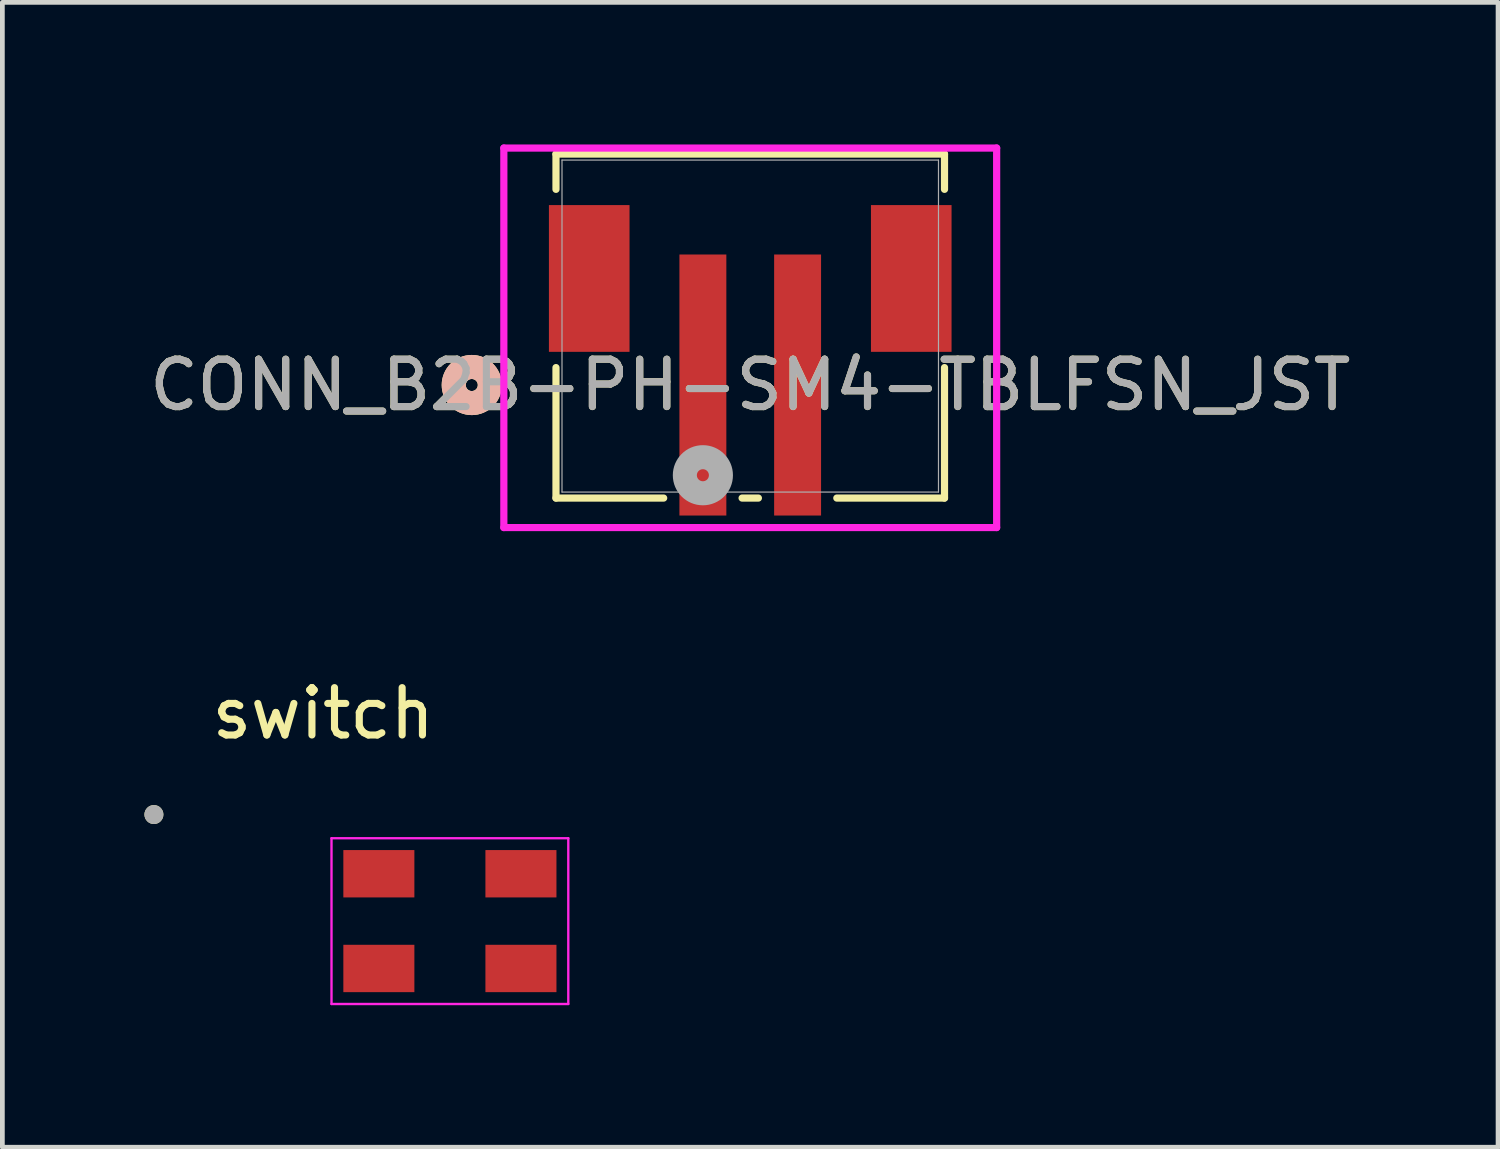
<source format=kicad_pcb>
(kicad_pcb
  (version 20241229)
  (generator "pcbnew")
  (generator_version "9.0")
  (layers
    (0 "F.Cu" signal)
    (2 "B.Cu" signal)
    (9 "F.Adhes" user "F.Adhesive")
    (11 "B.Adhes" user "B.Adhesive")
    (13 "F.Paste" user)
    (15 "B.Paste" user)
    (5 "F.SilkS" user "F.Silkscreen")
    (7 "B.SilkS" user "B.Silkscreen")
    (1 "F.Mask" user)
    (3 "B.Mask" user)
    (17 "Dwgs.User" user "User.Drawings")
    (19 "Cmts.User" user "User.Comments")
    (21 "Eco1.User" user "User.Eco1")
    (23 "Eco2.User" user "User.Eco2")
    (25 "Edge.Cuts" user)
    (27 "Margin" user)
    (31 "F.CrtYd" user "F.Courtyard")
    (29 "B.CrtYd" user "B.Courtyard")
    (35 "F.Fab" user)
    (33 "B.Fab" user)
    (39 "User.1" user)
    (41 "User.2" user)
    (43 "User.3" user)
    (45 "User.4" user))
  (footprint "switch"
    (layer "F.Cu")
    (at 6.45 16.4)
    (property "Reference" "switch" (at -2.675 -4.385 0) (layer "F.SilkS") (effects (font (size 1 1) (thickness 0.15))))
    (attr smd)
    (fp_circle (center -6.25 -2.25) (end -6.15 -2.25) (stroke (width 0.2) (type solid)) (fill no) (layer "F.SilkS"))
    (fp_line (start -2.5 -1.75) (end -2.5 1.75) (stroke (width 0.05) (type solid)) (layer "F.CrtYd"))
    (fp_line (start -2.5 1.75) (end 2.5 1.75) (stroke (width 0.05) (type solid)) (layer "F.CrtYd"))
    (fp_line (start 2.5 -1.75) (end -2.5 -1.75) (stroke (width 0.05) (type solid)) (layer "F.CrtYd"))
    (fp_line (start 2.5 1.75) (end 2.5 -1.75) (stroke (width 0.05) (type solid)) (layer "F.CrtYd"))
    (fp_circle (center -6.25 -2.25) (end -6.15 -2.25) (stroke (width 0.2) (type solid)) (fill no) (layer "F.Fab"))
    (pad "1" smd rect (at -1.5 -1) (size 1.5 1) (layers "F.Cu" "F.Mask" "F.Paste"))
    (pad "2" smd rect (at -1.5 1) (size 1.5 1) (layers "F.Cu" "F.Mask" "F.Paste"))
    (pad "3" smd rect (at 1.5 -1) (size 1.5 1) (layers "F.Cu" "F.Mask" "F.Paste"))
    (pad "4" smd rect (at 1.5 1) (size 1.5 1) (layers "F.Cu" "F.Mask" "F.Paste")))
  (footprint "CONN_B2B-PH-SM4-TBLFSN_JST"
    (layer "F.Cu")
    (at 12.792 3.835)
    (property "Reference" "CONN_B2B-PH-SM4-TBLFSN_JST" (at 0 1.245 0) (unlocked yes) (layer "F.SilkS") (effects (font (size 1 1) (thickness 0.15))))
    (attr smd)
    (fp_line (start -4.102 -3.632) (end -4.102 -2.887) (stroke (width 0.152) (type solid)) (layer "F.SilkS"))
    (fp_line (start -4.102 0.877) (end -4.102 3.632) (stroke (width 0.152) (type solid)) (layer "F.SilkS"))
    (fp_line (start -4.102 3.632) (end -1.828 3.632) (stroke (width 0.152) (type solid)) (layer "F.SilkS"))
    (fp_line (start -0.172 3.632) (end 0.172 3.632) (stroke (width 0.152) (type solid)) (layer "F.SilkS"))
    (fp_line (start 1.828 3.632) (end 4.102 3.632) (stroke (width 0.152) (type solid)) (layer "F.SilkS"))
    (fp_line (start 4.102 -3.632) (end -4.102 -3.632) (stroke (width 0.152) (type solid)) (layer "F.SilkS"))
    (fp_line (start 4.102 -2.887) (end 4.102 -3.632) (stroke (width 0.152) (type solid)) (layer "F.SilkS"))
    (fp_line (start 4.102 3.632) (end 4.102 0.877) (stroke (width 0.152) (type solid)) (layer "F.SilkS"))
    (fp_circle (center -5.88 1.245) (end -5.499 1.245) (stroke (width 0.508) (type solid)) (fill no) (layer "F.SilkS"))
    (fp_circle (center -5.88 1.245) (end -5.499 1.245) (stroke (width 0.508) (type solid)) (fill no) (layer "B.SilkS"))
    (fp_line (start -5.203 -3.759) (end -5.203 4.255) (stroke (width 0.152) (type solid)) (layer "F.CrtYd"))
    (fp_line (start -5.203 4.255) (end 5.203 4.255) (stroke (width 0.152) (type solid)) (layer "F.CrtYd"))
    (fp_line (start 5.203 -3.759) (end -5.203 -3.759) (stroke (width 0.152) (type solid)) (layer "F.CrtYd"))
    (fp_line (start 5.203 4.255) (end 5.203 -3.759) (stroke (width 0.152) (type solid)) (layer "F.CrtYd"))
    (fp_line (start -3.975 -3.505) (end -3.975 3.505) (stroke (width 0.025) (type solid)) (layer "F.Fab"))
    (fp_line (start -3.975 3.505) (end 3.975 3.505) (stroke (width 0.025) (type solid)) (layer "F.Fab"))
    (fp_line (start 3.975 -3.505) (end -3.975 -3.505) (stroke (width 0.025) (type solid)) (layer "F.Fab"))
    (fp_line (start 3.975 3.505) (end 3.975 -3.505) (stroke (width 0.025) (type solid)) (layer "F.Fab"))
    (fp_circle (center -1 3.15) (end -0.619 3.15) (stroke (width 0.508) (type solid)) (fill no) (layer "F.Fab"))
    (fp_text user "${REFERENCE}" (at 0 1.245 0) (unlocked yes) (layer "F.Fab") (effects (font (size 1 1) (thickness 0.15))))
    (pad "1" smd rect (at -1 1.245) (size 0.991 5.512) (layers "F.Cu" "F.Mask" "F.Paste"))
    (pad "2" smd rect (at 1 1.245) (size 0.991 5.512) (layers "F.Cu" "F.Mask" "F.Paste"))
    (pad "3" smd rect (at -3.4 -1.005 90) (size 3.099 1.702) (layers "F.Cu" "F.Mask" "F.Paste"))
    (pad "4" smd rect (at 3.4 -1.005 90) (size 3.099 1.702) (layers "F.Cu" "F.Mask" "F.Paste")))
  (gr_rect
    (start -3 -3)
    (end 28.583 21.175)
    (stroke (width 0.1) (type default))
    (fill no)
    (layer "Edge.Cuts")))
</source>
